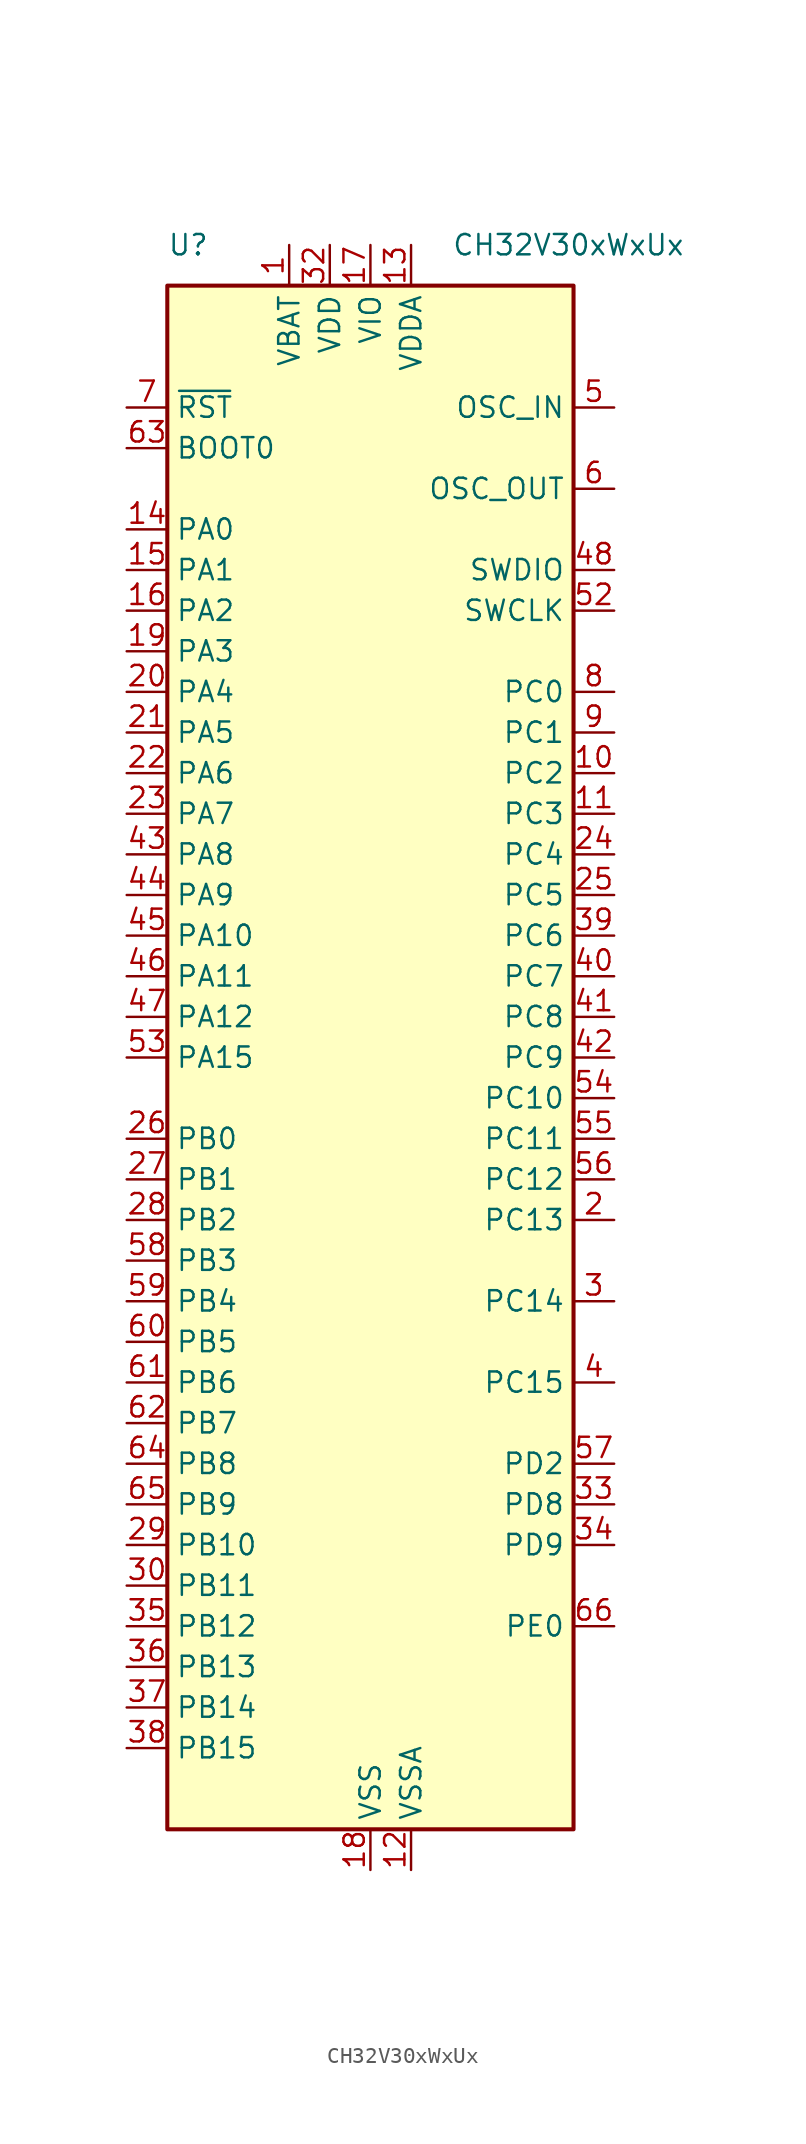
<source format=kicad_sym>
(kicad_symbol_lib
  (version 20231120)
  (generator "kicad_symbol_editor")
  (generator_version "8.0")
  (symbol "CH32V30xWxUx"
    (property "Reference" "U"
      (at -12.7 50.8 0)
      (effects (font (size 1.27 1.27)) (justify left)))
    (property "Value" "CH32V30xWxUx"
      (at 5.08 50.8 0)
      (effects (font (size 1.27 1.27)) (justify left)))
    (symbol "CH32V30xWxUx_0_0"
      (pin power_in line (at -5.08 50.8 270) (length 2.54) (name "VBAT" (effects (font (size 1.27 1.27)))) (number "1" (effects (font (size 1.27 1.27)))))
      (pin power_in line (at 2.54 -50.8 90) (length 2.54) (name "VSSA" (effects (font (size 1.27 1.27)))) (number "12" (effects (font (size 1.27 1.27)))))
      (pin power_in line (at 2.54 50.8 270) (length 2.54) (name "VDDA" (effects (font (size 1.27 1.27)))) (number "13" (effects (font (size 1.27 1.27)))))
      (pin power_in line (at 0 50.8 270) (length 2.54) (name "VIO" (effects (font (size 1.27 1.27)))) (number "17" (effects (font (size 1.27 1.27)))))
      (pin power_in line (at 0 -50.8 90) (length 2.54) (name "VSS" (effects (font (size 1.27 1.27)))) (number "18" (effects (font (size 1.27 1.27)))))
      (pin power_in line (at -2.54 50.8 270) (length 2.54) (name "VDD" (effects (font (size 1.27 1.27)))) (number "32" (effects (font (size 1.27 1.27)))))
      (pin input line (at -15.24 38.1 0) (length 2.54) (name "BOOT0" (effects (font (size 1.27 1.27)))) (number "63" (effects (font (size 1.27 1.27))))))
    (symbol "CH32V30xWxUx_1_0"
      (pin bidirectional line (at 15.24 17.78 180) (length 2.54) (name "PC2" (effects (font (size 1.27 1.27)))) (number "10" (effects (font (size 1.27 1.27)))) (alternate "ADC_IN12" bidirectional line) (alternate "ETH_MII_TXD2" bidirectional line) (alternate "ETH_RGMII_RXD0" bidirectional line) (alternate "OPA3_CH1N" bidirectional line) (alternate "TIM9_CH3N" bidirectional line) (alternate "UART7_TX" bidirectional line))
      (pin bidirectional line (at 15.24 15.24 180) (length 2.54) (name "PC3" (effects (font (size 1.27 1.27)))) (number "11" (effects (font (size 1.27 1.27)))) (alternate "ADC_IN13" bidirectional line) (alternate "ETH_MII_TX_CLK" bidirectional line) (alternate "ETH_RGMII_RXD1" bidirectional line) (alternate "OPA4_CH1N" bidirectional line) (alternate "TIM10_CH3" bidirectional line) (alternate "UART7_RX" bidirectional line))
      (pin bidirectional line (at -15.24 33.02 0) (length 2.54) (name "PA0" (effects (font (size 1.27 1.27)))) (number "14" (effects (font (size 1.27 1.27)))) (alternate "ADC_IN0" bidirectional line) (alternate "ETH_MII_CRS_WKUP" bidirectional line) (alternate "ETH_RGMII_RXD2" bidirectional line) (alternate "OPA4_OUT0" bidirectional line) (alternate "TIM2_CH1_ETR" bidirectional line) (alternate "TIM2_CH1_ETR_2" bidirectional line) (alternate "TIM5_CH1" bidirectional line) (alternate "TIM8_ETR" bidirectional line) (alternate "TIM8_ETR_1" bidirectional line) (alternate "USART2_CTS" bidirectional line) (alternate "WKUP" bidirectional line))
      (pin bidirectional line (at -15.24 30.48 0) (length 2.54) (name "PA1" (effects (font (size 1.27 1.27)))) (number "15" (effects (font (size 1.27 1.27)))) (alternate "ADC_IN1" bidirectional line) (alternate "ETH_MII_RX_CLK" bidirectional line) (alternate "ETH_RGMII_RXD3" bidirectional line) (alternate "ETH_RMII_REF_CLK" bidirectional line) (alternate "OPA3_OUT0" bidirectional line) (alternate "TIM2_CH2" bidirectional line) (alternate "TIM2_CH2_3" bidirectional line) (alternate "TIM5_CH2" bidirectional line) (alternate "TIM9_BKIN_1" bidirectional line) (alternate "USART2_RTS" bidirectional line))
      (pin bidirectional line (at -15.24 27.94 0) (length 2.54) (name "PA2" (effects (font (size 1.27 1.27)))) (number "16" (effects (font (size 1.27 1.27)))) (alternate "ADC_IN2" bidirectional line) (alternate "ETH_MII_MDIO" bidirectional line) (alternate "ETH_RGMII_GXTC" bidirectional line) (alternate "ETH_RMII_MDIO" bidirectional line) (alternate "OPA2_OUT0" bidirectional line) (alternate "TIM2_CH3" bidirectional line) (alternate "TIM2_CH3_1" bidirectional line) (alternate "TIM5_CH3" bidirectional line) (alternate "TIM9_CH1" bidirectional line) (alternate "TIM9_CH1_ETR_1" bidirectional line) (alternate "TIM9_ETR" bidirectional line) (alternate "USART2_TX" bidirectional line))
      (pin bidirectional line (at -15.24 25.4 0) (length 2.54) (name "PA3" (effects (font (size 1.27 1.27)))) (number "19" (effects (font (size 1.27 1.27)))) (alternate "ADC_IN3" bidirectional line) (alternate "ETH_MII_COL" bidirectional line) (alternate "ETH_RGMII_TXEN" bidirectional line) (alternate "OPA1_OUT0" bidirectional line) (alternate "TIM2_CH4" bidirectional line) (alternate "TIM2_CH4_1" bidirectional line) (alternate "TIM5_CH4" bidirectional line) (alternate "TIM9_CH2" bidirectional line) (alternate "TIM9_CH2_1" bidirectional line) (alternate "USART2_RX" bidirectional line))
      (pin bidirectional line (at 15.24 -10.16 180) (length 2.54) (name "PC13" (effects (font (size 1.27 1.27)))) (number "2" (effects (font (size 1.27 1.27)))) (alternate "TAMPER-RTC" bidirectional line) (alternate "TIM8_CH4_1" bidirectional line))
      (pin bidirectional line (at -15.24 22.86 0) (length 2.54) (name "PA4" (effects (font (size 1.27 1.27)))) (number "20" (effects (font (size 1.27 1.27)))) (alternate "ADC_IN4" bidirectional line) (alternate "DAC_OUT1" bidirectional line) (alternate "I2S3_WS" bidirectional line) (alternate "SPI1_NSS" bidirectional line) (alternate "SPI3_NSS" bidirectional line) (alternate "TIM9_CH3" bidirectional line) (alternate "TIM9_CH3_1" bidirectional line) (alternate "USART2_CK" bidirectional line))
      (pin bidirectional line (at -15.24 20.32 0) (length 2.54) (name "PA5" (effects (font (size 1.27 1.27)))) (number "21" (effects (font (size 1.27 1.27)))) (alternate "ADC_IN5" bidirectional line) (alternate "DAC_OUT2" bidirectional line) (alternate "OPA2_CH1N" bidirectional line) (alternate "SPI1_SCK" bidirectional line) (alternate "TIM10_CH1N_1" bidirectional line) (alternate "USART1_CK_3" bidirectional line) (alternate "USART1_CTS_2" bidirectional line))
      (pin bidirectional line (at -15.24 17.78 0) (length 2.54) (name "PA6" (effects (font (size 1.27 1.27)))) (number "22" (effects (font (size 1.27 1.27)))) (alternate "ADC_IN6" bidirectional line) (alternate "OPA1_CH1N" bidirectional line) (alternate "SPI1_MISO" bidirectional line) (alternate "TIM10_CH2N_1" bidirectional line) (alternate "TIM1_BKIN_1" bidirectional line) (alternate "TIM3_CH1" bidirectional line) (alternate "TIM8_BKIN" bidirectional line) (alternate "USART1_TX_3" bidirectional line) (alternate "USART7_TX_1" bidirectional line))
      (pin bidirectional line (at -15.24 15.24 0) (length 2.54) (name "PA7" (effects (font (size 1.27 1.27)))) (number "23" (effects (font (size 1.27 1.27)))) (alternate "ADC_IN7" bidirectional line) (alternate "ETH_MII_RX_DV" bidirectional line) (alternate "ETH_RGMII_TXD0" bidirectional line) (alternate "ETH_RMII_CRS_DV" bidirectional line) (alternate "OPA2_CH1P" bidirectional line) (alternate "SPI1_MOSI" bidirectional line) (alternate "TIM10_CH3N_1" bidirectional line) (alternate "TIM1_CH1N_1" bidirectional line) (alternate "TIM3_CH2" bidirectional line) (alternate "TIM8_CH1N" bidirectional line) (alternate "USART1_RX_3" bidirectional line) (alternate "USART7_RX_1" bidirectional line))
      (pin bidirectional line (at 15.24 12.7 180) (length 2.54) (name "PC4" (effects (font (size 1.27 1.27)))) (number "24" (effects (font (size 1.27 1.27)))) (alternate "ADC_IN14" bidirectional line) (alternate "ETH_MII_RXD0" bidirectional line) (alternate "ETH_RGMII_TXD1" bidirectional line) (alternate "ETH_RMII_RXD0" bidirectional line) (alternate "OPA4_CH1P" bidirectional line) (alternate "TIM9_CH4" bidirectional line) (alternate "UART8_TX" bidirectional line) (alternate "USART1_CTS_3" bidirectional line))
      (pin bidirectional line (at 15.24 10.16 180) (length 2.54) (name "PC5" (effects (font (size 1.27 1.27)))) (number "25" (effects (font (size 1.27 1.27)))) (alternate "ADC_IN15" bidirectional line) (alternate "ETH_MII_RXD1" bidirectional line) (alternate "ETH_RGMII_TXD2" bidirectional line) (alternate "ETH_RMII_RDX1" bidirectional line) (alternate "OPA3_CH1P" bidirectional line) (alternate "TIM9_BKIN" bidirectional line) (alternate "UART8_RX" bidirectional line) (alternate "USART1_RTS_3" bidirectional line))
      (pin bidirectional line (at -15.24 -5.08 0) (length 2.54) (name "PB0" (effects (font (size 1.27 1.27)))) (number "26" (effects (font (size 1.27 1.27)))) (alternate "ADC_IN8" bidirectional line) (alternate "ETH_MII_RXD2" bidirectional line) (alternate "ETH_RGMII_TXD3" bidirectional line) (alternate "OPA1_CH1P" bidirectional line) (alternate "TIM1_CH2N_1" bidirectional line) (alternate "TIM3_CH3" bidirectional line) (alternate "TIM3_CH3_2" bidirectional line) (alternate "TIM8_CH2N" bidirectional line) (alternate "TIM9_CH1N_1" bidirectional line) (alternate "UART4_TX_1" bidirectional line))
      (pin bidirectional line (at -15.24 -7.62 0) (length 2.54) (name "PB1" (effects (font (size 1.27 1.27)))) (number "27" (effects (font (size 1.27 1.27)))) (alternate "ADC_IN9" bidirectional line) (alternate "ETH_MII_RXD3" bidirectional line) (alternate "ETH_RGMII_125IN" bidirectional line) (alternate "OPA4_CH0N" bidirectional line) (alternate "TIM1_CH3N_1" bidirectional line) (alternate "TIM3_CH4" bidirectional line) (alternate "TIM3_CH4_2" bidirectional line) (alternate "TIM8_CH3N" bidirectional line) (alternate "TIM9_CH2N_1" bidirectional line) (alternate "UART4_RX_1" bidirectional line))
      (pin bidirectional line (at -15.24 -10.16 0) (length 2.54) (name "PB2" (effects (font (size 1.27 1.27)))) (number "28" (effects (font (size 1.27 1.27)))) (alternate "BOOT1" bidirectional line) (alternate "OPA3_CH0N" bidirectional line) (alternate "TIM9_CH3N_1" bidirectional line))
      (pin bidirectional line (at -15.24 -30.48 0) (length 2.54) (name "PB10" (effects (font (size 1.27 1.27)))) (number "29" (effects (font (size 1.27 1.27)))) (alternate "ETH_MII_RX_ER" bidirectional line) (alternate "I2C2_SCL" bidirectional line) (alternate "OPA2_CH0N" bidirectional line) (alternate "TIM10_BKIN_1" bidirectional line) (alternate "TIM2_CH3_2" bidirectional line) (alternate "TIM2_CH3_3" bidirectional line) (alternate "USART3_TX" bidirectional line))
      (pin bidirectional line (at 15.24 -15.24 180) (length 2.54) (name "PC14" (effects (font (size 1.27 1.27)))) (number "3" (effects (font (size 1.27 1.27)))) (alternate "OSC32_IN" bidirectional line) (alternate "TIM9_CH4_1" bidirectional line))
      (pin bidirectional line (at -15.24 -33.02 0) (length 2.54) (name "PB11" (effects (font (size 1.27 1.27)))) (number "30" (effects (font (size 1.27 1.27)))) (alternate "ETH_MII_TX_EN" bidirectional line) (alternate "ETH_RMII_TX_EN" bidirectional line) (alternate "I2C2_SDA" bidirectional line) (alternate "OPA1_CH0N" bidirectional line) (alternate "TIM10_ETR_1" bidirectional line) (alternate "TIM2_CH4_2" bidirectional line) (alternate "TIM2_CH4_3" bidirectional line) (alternate "USART3_RX" bidirectional line))
      (pin passive line (at 0 50.8 270) (length 2.54) hide (name "VIO" (effects (font (size 1.27 1.27)))) (number "31" (effects (font (size 1.27 1.27)))))
      (pin bidirectional line (at 15.24 -27.94 180) (length 2.54) (name "PD8" (effects (font (size 1.27 1.27)))) (number "33" (effects (font (size 1.27 1.27)))) (alternate "ETH_MII_RX_DV" bidirectional line) (alternate "ETH_RMII_CRS_DV" bidirectional line) (alternate "TIM9_CH1N_2" bidirectional line) (alternate "USART3_TX_3" bidirectional line))
      (pin bidirectional line (at 15.24 -30.48 180) (length 2.54) (name "PD9" (effects (font (size 1.27 1.27)))) (number "34" (effects (font (size 1.27 1.27)))) (alternate "ETH_MII_RXD0" bidirectional line) (alternate "ETH_RMII_RXD0" bidirectional line) (alternate "TIM9_CH1_ETR_2" bidirectional line) (alternate "USART3_RX_3" bidirectional line))
      (pin bidirectional line (at -15.24 -35.56 0) (length 2.54) (name "PB12" (effects (font (size 1.27 1.27)))) (number "35" (effects (font (size 1.27 1.27)))) (alternate "CAN2_RX" bidirectional line) (alternate "ETH_MII_TXD0" bidirectional line) (alternate "ETH_RMII_TXD0" bidirectional line) (alternate "I2C2_SMBA" bidirectional line) (alternate "I2S2_WS" bidirectional line) (alternate "OPA4_CH0P" bidirectional line) (alternate "SPI2_NSS" bidirectional line) (alternate "TIM1_BKIN" bidirectional line) (alternate "USART3_CK" bidirectional line))
      (pin bidirectional line (at -15.24 -38.1 0) (length 2.54) (name "PB13" (effects (font (size 1.27 1.27)))) (number "36" (effects (font (size 1.27 1.27)))) (alternate "CAN2_TX" bidirectional line) (alternate "ETH_MII_TXD1" bidirectional line) (alternate "ETH_RMII_TXD1" bidirectional line) (alternate "I2S2_CK" bidirectional line) (alternate "OPA3_CH0P" bidirectional line) (alternate "SPI2_SCK" bidirectional line) (alternate "TIM1_CH1N" bidirectional line) (alternate "USART3_CTS" bidirectional line) (alternate "USART3_CTS_1" bidirectional line))
      (pin bidirectional line (at -15.24 -40.64 0) (length 2.54) (name "PB14" (effects (font (size 1.27 1.27)))) (number "37" (effects (font (size 1.27 1.27)))) (alternate "OPA2_CH0P" bidirectional line) (alternate "SDIO_D0" bidirectional line) (alternate "SPI2_MISO" bidirectional line) (alternate "TIM1_CH2N" bidirectional line) (alternate "USART3_RTS" bidirectional line) (alternate "USART3_RTS_1" bidirectional line))
      (pin bidirectional line (at -15.24 -43.18 0) (length 2.54) (name "PB15" (effects (font (size 1.27 1.27)))) (number "38" (effects (font (size 1.27 1.27)))) (alternate "I2S2_SD" bidirectional line) (alternate "OPA1_CH0P" bidirectional line) (alternate "SDIO_D1" bidirectional line) (alternate "SPI2_MOSI" bidirectional line) (alternate "TIM1_CH3N" bidirectional line) (alternate "USART1_TX_2" bidirectional line))
      (pin bidirectional line (at 15.24 7.62 180) (length 2.54) (name "PC6" (effects (font (size 1.27 1.27)))) (number "39" (effects (font (size 1.27 1.27)))) (alternate "ETH_RXP" bidirectional line) (alternate "I2S2_MCK" bidirectional line) (alternate "SDIO_D6" bidirectional line) (alternate "TIM3_CH1_3" bidirectional line) (alternate "TIM8_CH1" bidirectional line))
      (pin bidirectional line (at 15.24 -20.32 180) (length 2.54) (name "PC15" (effects (font (size 1.27 1.27)))) (number "4" (effects (font (size 1.27 1.27)))) (alternate "OSC32_OUT" bidirectional line) (alternate "TIM10_CH4_1" bidirectional line))
      (pin bidirectional line (at 15.24 5.08 180) (length 2.54) (name "PC7" (effects (font (size 1.27 1.27)))) (number "40" (effects (font (size 1.27 1.27)))) (alternate "ETH_RXN" bidirectional line) (alternate "I2S3_MCK" bidirectional line) (alternate "SDIO_D7" bidirectional line) (alternate "TIM3_CH2_3" bidirectional line) (alternate "TIM8_CH2" bidirectional line))
      (pin bidirectional line (at 15.24 2.54 180) (length 2.54) (name "PC8" (effects (font (size 1.27 1.27)))) (number "41" (effects (font (size 1.27 1.27)))) (alternate "ETH_TXP" bidirectional line) (alternate "SDIO_D0" bidirectional line) (alternate "TIM3_CH3_3" bidirectional line) (alternate "TIM8_CH3" bidirectional line))
      (pin bidirectional line (at 15.24 0 180) (length 2.54) (name "PC9" (effects (font (size 1.27 1.27)))) (number "42" (effects (font (size 1.27 1.27)))) (alternate "ETH_TXN" bidirectional line) (alternate "SDIO_D1" bidirectional line) (alternate "TIM3_CH4_3" bidirectional line) (alternate "TIM8_CH4" bidirectional line))
      (pin bidirectional line (at -15.24 12.7 0) (length 2.54) (name "PA8" (effects (font (size 1.27 1.27)))) (number "43" (effects (font (size 1.27 1.27)))) (alternate "MCO" bidirectional line) (alternate "TIM1_CH1" bidirectional line) (alternate "TIM1_CH1_1" bidirectional line) (alternate "USART1_CK" bidirectional line) (alternate "USART1_CK_1" bidirectional line) (alternate "USART1_RX_2" bidirectional line))
      (pin bidirectional line (at -15.24 10.16 0) (length 2.54) (name "PA9" (effects (font (size 1.27 1.27)))) (number "44" (effects (font (size 1.27 1.27)))) (alternate "ETH_TXN" bidirectional line) (alternate "SDIO_D1" bidirectional line) (alternate "TIM3_CH4_3" bidirectional line) (alternate "TIM8_CH4" bidirectional line))
      (pin bidirectional line (at -15.24 7.62 0) (length 2.54) (name "PA10" (effects (font (size 1.27 1.27)))) (number "45" (effects (font (size 1.27 1.27)))) (alternate "OTG_FS_ID" bidirectional line) (alternate "TIM1_CH3" bidirectional line) (alternate "TIM1_CH3_1" bidirectional line) (alternate "USART1_CK_2" bidirectional line) (alternate "USART1_RX" bidirectional line))
      (pin bidirectional line (at -15.24 5.08 0) (length 2.54) (name "PA11" (effects (font (size 1.27 1.27)))) (number "46" (effects (font (size 1.27 1.27)))) (alternate "CAN1_RX" bidirectional line) (alternate "OTG_FS_DM" bidirectional line) (alternate "TIM1_CH4" bidirectional line) (alternate "TIM1_CH4_1" bidirectional line) (alternate "USART1_CTS" bidirectional line) (alternate "USART1_CTS_1" bidirectional line))
      (pin bidirectional line (at -15.24 2.54 0) (length 2.54) (name "PA12" (effects (font (size 1.27 1.27)))) (number "47" (effects (font (size 1.27 1.27)))) (alternate "CAN1_TX" bidirectional line) (alternate "OTG_FS_DP" bidirectional line) (alternate "TIM10_CH1N" bidirectional line) (alternate "TIM1_ETR" bidirectional line) (alternate "TIM1_ETR_1" bidirectional line) (alternate "USART1_RTS" bidirectional line) (alternate "USART1_RTS_1" bidirectional line))
      (pin bidirectional line (at 15.24 30.48 180) (length 2.54) (name "SWDIO" (effects (font (size 1.27 1.27)))) (number "48" (effects (font (size 1.27 1.27)))) (alternate "PA13" bidirectional line) (alternate "TIM10_CH2N" bidirectional line) (alternate "TIM8_CH1N_1" bidirectional line) (alternate "USART3_TX_2" bidirectional line))
      (pin passive line (at 0 -50.8 90) (length 2.54) hide (name "VSS" (effects (font (size 1.27 1.27)))) (number "49" (effects (font (size 1.27 1.27)))))
      (pin bidirectional line (at 15.24 40.64 180) (length 2.54) (name "OSC_IN" (effects (font (size 1.27 1.27)))) (number "5" (effects (font (size 1.27 1.27)))) (alternate "PD0" bidirectional line))
      (pin passive line (at -2.54 50.8 270) (length 2.54) hide (name "VDD" (effects (font (size 1.27 1.27)))) (number "50" (effects (font (size 1.27 1.27)))))
      (pin passive line (at 0 50.8 270) (length 2.54) hide (name "VIO" (effects (font (size 1.27 1.27)))) (number "51" (effects (font (size 1.27 1.27)))))
      (pin bidirectional line (at 15.24 27.94 180) (length 2.54) (name "SWCLK" (effects (font (size 1.27 1.27)))) (number "52" (effects (font (size 1.27 1.27)))) (alternate "PA14" bidirectional line) (alternate "TIM10_CH3N" bidirectional line) (alternate "TIM8_CH2N_1" bidirectional line) (alternate "UART8_TX_1" bidirectional line) (alternate "USART3_RX_2" bidirectional line))
      (pin bidirectional line (at -15.24 0 0) (length 2.54) (name "PA15" (effects (font (size 1.27 1.27)))) (number "53" (effects (font (size 1.27 1.27)))) (alternate "I2S3_WS" bidirectional line) (alternate "SPI1_NSS" bidirectional line) (alternate "SPI3_NSS" bidirectional line) (alternate "TIM2_CH1_ETR_1" bidirectional line) (alternate "TIM2_CH1_ETR_3" bidirectional line) (alternate "TIM8_CH3N_1" bidirectional line) (alternate "UART8_RX_1" bidirectional line))
      (pin bidirectional line (at 15.24 -2.54 180) (length 2.54) (name "PC10" (effects (font (size 1.27 1.27)))) (number "54" (effects (font (size 1.27 1.27)))) (alternate "I2S3_CK" bidirectional line) (alternate "SDIO_D2" bidirectional line) (alternate "SPI3_SCK" bidirectional line) (alternate "TIM10_ETR" bidirectional line) (alternate "UART4_TX" bidirectional line) (alternate "USART3_TX_1" bidirectional line))
      (pin bidirectional line (at 15.24 -5.08 180) (length 2.54) (name "PC11" (effects (font (size 1.27 1.27)))) (number "55" (effects (font (size 1.27 1.27)))) (alternate "SDIO_D3" bidirectional line) (alternate "SPI3_MISO" bidirectional line) (alternate "TIM10_CH4" bidirectional line) (alternate "UART4_RX" bidirectional line) (alternate "USART3_RX_1" bidirectional line))
      (pin bidirectional line (at 15.24 -7.62 180) (length 2.54) (name "PC12" (effects (font (size 1.27 1.27)))) (number "56" (effects (font (size 1.27 1.27)))) (alternate "I2S3_SD" bidirectional line) (alternate "SDIO_CK" bidirectional line) (alternate "SPI3_MOSI" bidirectional line) (alternate "TIM10_BKIN" bidirectional line) (alternate "UART5_TX" bidirectional line) (alternate "USART3_CK_1" bidirectional line))
      (pin bidirectional line (at 15.24 -25.4 180) (length 2.54) (name "PD2" (effects (font (size 1.27 1.27)))) (number "57" (effects (font (size 1.27 1.27)))) (alternate "SDIO_CMD" bidirectional line) (alternate "TIM3_ETR" bidirectional line) (alternate "TIM3_ETR_2" bidirectional line) (alternate "TIM3_ETR_3" bidirectional line) (alternate "UART5_RX" bidirectional line))
      (pin bidirectional line (at -15.24 -12.7 0) (length 2.54) (name "PB3" (effects (font (size 1.27 1.27)))) (number "58" (effects (font (size 1.27 1.27)))) (alternate "I2S3_CK" bidirectional line) (alternate "SPI1_SCK" bidirectional line) (alternate "SPI3_SCK" bidirectional line) (alternate "TIM10_CH1_1" bidirectional line) (alternate "TIM2_CH2_1" bidirectional line) (alternate "TIM2_CH2_3" bidirectional line))
      (pin bidirectional line (at -15.24 -15.24 0) (length 2.54) (name "PB4" (effects (font (size 1.27 1.27)))) (number "59" (effects (font (size 1.27 1.27)))) (alternate "SPI1_MISO" bidirectional line) (alternate "SPI3_MISO" bidirectional line) (alternate "TIM10_CH2_1" bidirectional line) (alternate "TIM3_CH1_2" bidirectional line) (alternate "UART5_TX_1" bidirectional line))
      (pin bidirectional line (at 15.24 35.56 180) (length 2.54) (name "OSC_OUT" (effects (font (size 1.27 1.27)))) (number "6" (effects (font (size 1.27 1.27)))) (alternate "PD1" bidirectional line))
      (pin bidirectional line (at -15.24 -17.78 0) (length 2.54) (name "PB5" (effects (font (size 1.27 1.27)))) (number "60" (effects (font (size 1.27 1.27)))) (alternate "CAN2_RX" bidirectional line) (alternate "ETH_MII_PPS_OUT" bidirectional line) (alternate "ETH_RMII_PPS_OUT" bidirectional line) (alternate "I2C1_SMBA" bidirectional line) (alternate "I2S3_SD" bidirectional line) (alternate "SPI1_MOSI" bidirectional line) (alternate "SPI3_MOSI" bidirectional line) (alternate "TIM10_CH3_1" bidirectional line) (alternate "TIM3_CH2_2" bidirectional line) (alternate "UART5_RX_1" bidirectional line))
      (pin bidirectional line (at -15.24 -20.32 0) (length 2.54) (name "PB6" (effects (font (size 1.27 1.27)))) (number "61" (effects (font (size 1.27 1.27)))) (alternate "CAN2_TX" bidirectional line) (alternate "I2C1_SCL" bidirectional line) (alternate "TIM4_CH1" bidirectional line) (alternate "TIM8_CH1_1" bidirectional line) (alternate "USART1_TX_1" bidirectional line) (alternate "USBFS_DM" bidirectional line) (alternate "USBHS_DM" bidirectional line))
      (pin bidirectional line (at -15.24 -22.86 0) (length 2.54) (name "PB7" (effects (font (size 1.27 1.27)))) (number "62" (effects (font (size 1.27 1.27)))) (alternate "I2C1_SDA" bidirectional line) (alternate "TIM4_CH2" bidirectional line) (alternate "TIM8_CH2_1" bidirectional line) (alternate "USART1_RX_1" bidirectional line) (alternate "USBFS_DP" bidirectional line) (alternate "USBHS_DP" bidirectional line))
      (pin bidirectional line (at -15.24 -25.4 0) (length 2.54) (name "PB8" (effects (font (size 1.27 1.27)))) (number "64" (effects (font (size 1.27 1.27)))) (alternate "CAN1_RX" bidirectional line) (alternate "ETH_MII_TXD3" bidirectional line) (alternate "I2C1_SCL" bidirectional line) (alternate "SDIO_D4" bidirectional line) (alternate "TIM10_CH1" bidirectional line) (alternate "TIM4_CH3" bidirectional line) (alternate "TIM8_CH3_1" bidirectional line) (alternate "UART6_TX_1" bidirectional line))
      (pin bidirectional line (at -15.24 -27.94 0) (length 2.54) (name "PB9" (effects (font (size 1.27 1.27)))) (number "65" (effects (font (size 1.27 1.27)))) (alternate "CAN1_TX" bidirectional line) (alternate "I2C1_SDA" bidirectional line) (alternate "SDIO_D5" bidirectional line) (alternate "TIM10_CH2" bidirectional line) (alternate "TIM4_CH4" bidirectional line) (alternate "TIM8_BKIN_1" bidirectional line) (alternate "UART6_RX_1" bidirectional line))
      (pin bidirectional line (at 15.24 -35.56 180) (length 2.54) (name "PE0" (effects (font (size 1.27 1.27)))) (number "66" (effects (font (size 1.27 1.27)))) (alternate "TIM4_ETR" bidirectional line) (alternate "TIM4_ETR_1" bidirectional line))
      (pin passive line (at 0 50.8 270) (length 2.54) hide (name "VIO" (effects (font (size 1.27 1.27)))) (number "67" (effects (font (size 1.27 1.27)))))
      (pin passive line (at -2.54 50.8 270) (length 2.54) hide (name "VDD" (effects (font (size 1.27 1.27)))) (number "68" (effects (font (size 1.27 1.27)))))
      (pin passive line (at 0 -50.8 90) (length 2.54) hide (name "VSS" (effects (font (size 1.27 1.27)))) (number "69" (effects (font (size 1.27 1.27)))))
      (pin input line (at -15.24 40.64 0) (length 2.54) (name "~{RST}" (effects (font (size 1.27 1.27)))) (number "7" (effects (font (size 1.27 1.27)))))
      (pin bidirectional line (at 15.24 22.86 180) (length 2.54) (name "PC0" (effects (font (size 1.27 1.27)))) (number "8" (effects (font (size 1.27 1.27)))) (alternate "ADC_IN10" bidirectional line) (alternate "ETH_RGMII_RXC" bidirectional line) (alternate "TIM9_CH1N" bidirectional line) (alternate "UART6_TX" bidirectional line))
      (pin bidirectional line (at 15.24 20.32 180) (length 2.54) (name "PC1" (effects (font (size 1.27 1.27)))) (number "9" (effects (font (size 1.27 1.27)))) (alternate "ADC_IN11" bidirectional line) (alternate "ETH_MII_MDC" bidirectional line) (alternate "ETH_RGMII_RXCTL" bidirectional line) (alternate "ETH_RMII_MDC" bidirectional line) (alternate "TIM9_CH2N" bidirectional line) (alternate "UART6_RX" bidirectional line)))
    (symbol "CH32V30xWxUx_1_1"
      (rectangle (start -12.7 48.26) (end 12.7 -48.26) (stroke (width 0.254) (type default)) (fill (type background))))))
</source>
